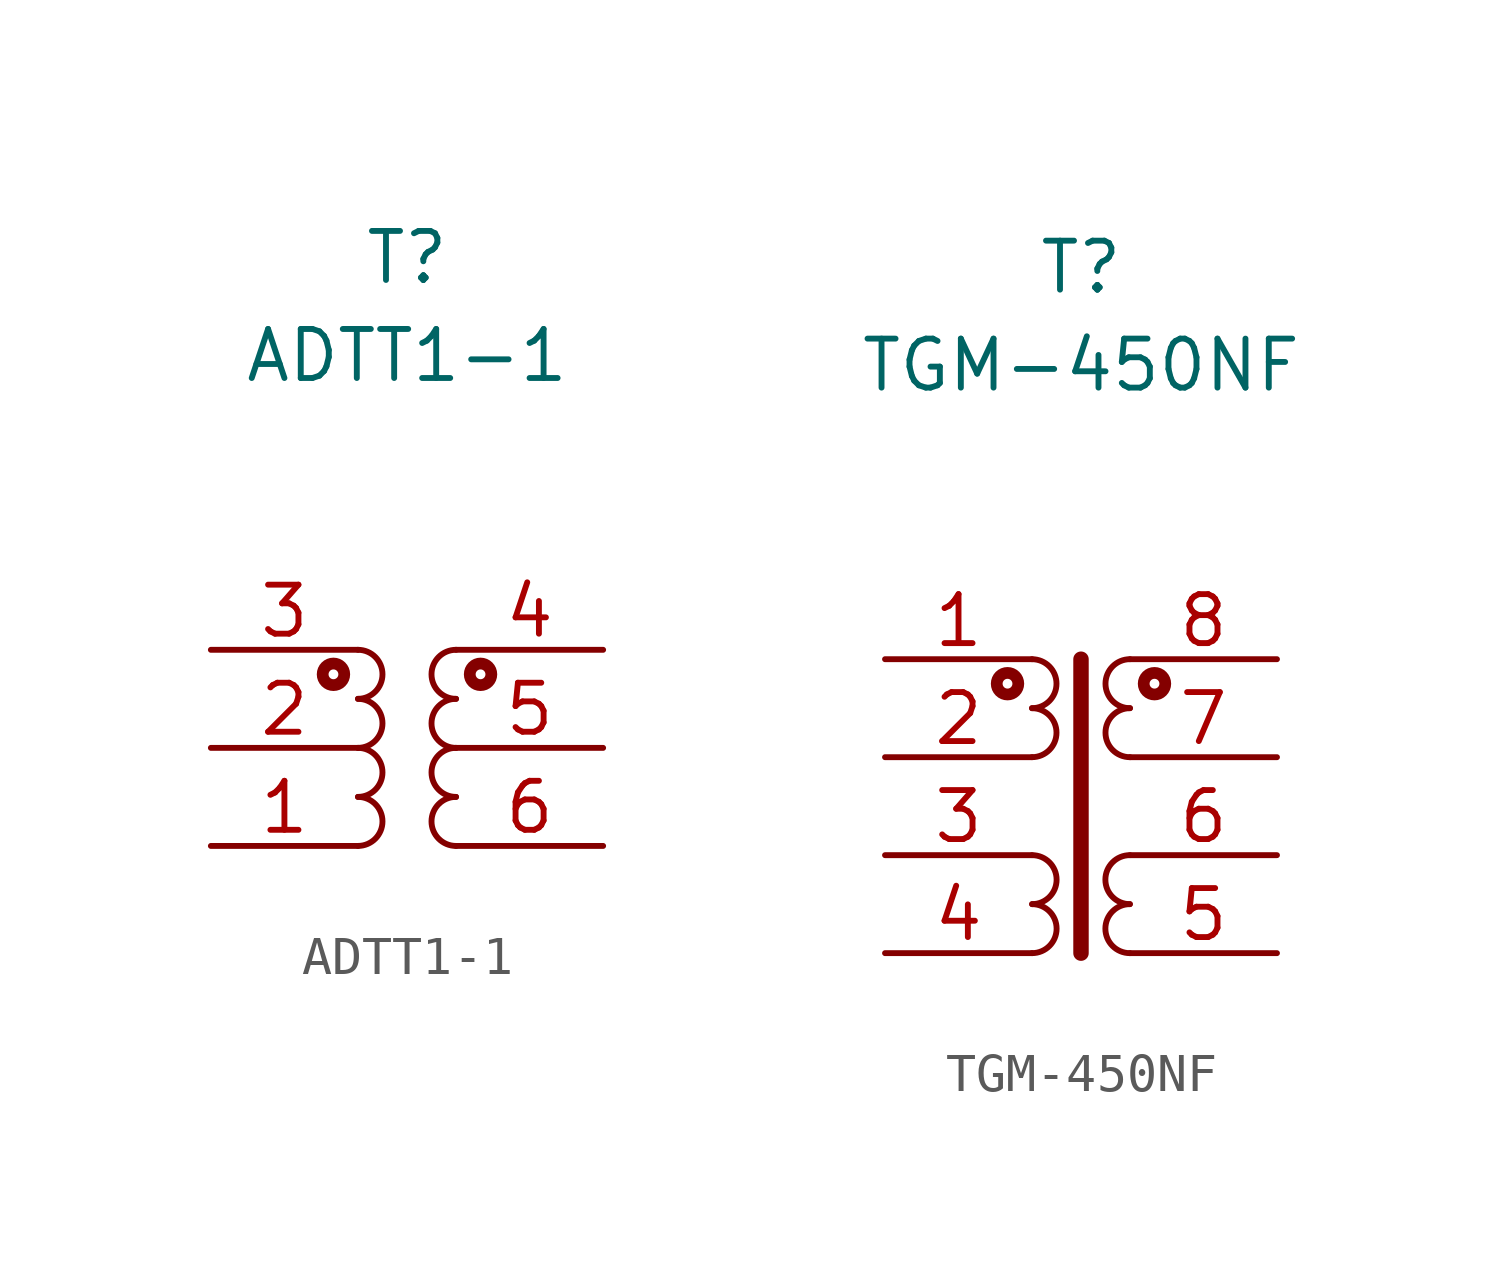
<source format=kicad_sym>
(kicad_symbol_lib
  (version 20220914)
  (generator kicad_symbol_editor)
  (symbol "ADTT1-1"
    (pin_names hide)
    (property "Reference" "T"
      (at 0 12.7 0)
      (effects (font (size 1.27 1.27))))
    (property "Value" "ADTT1-1"
      (at 0 10.16 0)
      (effects (font (size 1.27 1.27))))
    (symbol "ADTT1-1_0_1"
      (circle (center -1.905 1.905) (radius 0.127) (stroke (width 0.305) (type default)) (fill (type none)))
      (circle (center 1.905 1.905) (radius 0.127) (stroke (width 0.305) (type default)) (fill (type none))))
    (symbol "ADTT1-1_1_1"
      (arc (start -1.27 -2.54) (mid -0.6377 -1.905) (end -1.27 -1.27) (stroke (width 0) (type default)) (fill (type none)))
      (arc (start -1.27 -1.27) (mid -0.6377 -0.635) (end -1.27 0) (stroke (width 0) (type default)) (fill (type none)))
      (arc (start -1.27 0) (mid -0.6377 0.635) (end -1.27 1.27) (stroke (width 0) (type default)) (fill (type none)))
      (arc (start -1.27 1.27) (mid -0.6377 1.905) (end -1.27 2.54) (stroke (width 0) (type default)) (fill (type none)))
      (arc (start 1.27 -1.27) (mid 0.6377 -1.905) (end 1.27 -2.54) (stroke (width 0) (type default)) (fill (type none)))
      (arc (start 1.27 0) (mid 0.6377 -0.635) (end 1.27 -1.27) (stroke (width 0) (type default)) (fill (type none)))
      (arc (start 1.27 1.27) (mid 0.6377 0.635) (end 1.27 0) (stroke (width 0) (type default)) (fill (type none)))
      (arc (start 1.27 2.54) (mid 0.6377 1.905) (end 1.27 1.27) (stroke (width 0) (type default)) (fill (type none)))
      (pin passive line (at -5.08 -2.54 0) (length 3.81) (name "1" (effects (font (size 1.27 1.27)))) (number "1" (effects (font (size 1.27 1.27)))))
      (pin passive line (at -5.08 0 0) (length 3.81) (name "2" (effects (font (size 1.27 1.27)))) (number "2" (effects (font (size 1.27 1.27)))))
      (pin passive line (at -5.08 2.54 0) (length 3.81) (name "3" (effects (font (size 1.27 1.27)))) (number "3" (effects (font (size 1.27 1.27)))))
      (pin passive line (at 5.08 2.54 180) (length 3.81) (name "4" (effects (font (size 1.27 1.27)))) (number "4" (effects (font (size 1.27 1.27)))))
      (pin passive line (at 5.08 0 180) (length 3.81) (name "5" (effects (font (size 1.27 1.27)))) (number "5" (effects (font (size 1.27 1.27)))))
      (pin passive line (at 5.08 -2.54 180) (length 3.81) (name "6" (effects (font (size 1.27 1.27)))) (number "6" (effects (font (size 1.27 1.27)))))))
  (symbol "TGM-450NF"
    (pin_names hide)
    (property "Reference" "T"
      (at 0 12.7 0)
      (effects (font (size 1.27 1.27))))
    (property "Value" "TGM-450NF"
      (at 0 10.16 0)
      (effects (font (size 1.27 1.27))))
    (symbol "TGM-450NF_0_1"
      (circle (center -1.905 1.905) (radius 0.127) (stroke (width 0.305) (type default)) (fill (type none)))
      (circle (center 1.905 1.905) (radius 0.127) (stroke (width 0.305) (type default)) (fill (type none))))
    (symbol "TGM-450NF_1_1"
      (arc (start -1.27 0) (mid -0.6377 0.635) (end -1.27 1.27) (stroke (width 0) (type default)) (fill (type none)))
      (arc (start -1.27 1.27) (mid -0.6377 1.905) (end -1.27 2.54) (stroke (width 0) (type default)) (fill (type none)))
      (arc (start -1.2673 -5.08) (mid -0.635 -4.445) (end -1.2673 -3.81) (stroke (width 0) (type default)) (fill (type none)))
      (arc (start -1.2673 -3.81) (mid -0.635 -3.175) (end -1.2673 -2.54) (stroke (width 0) (type default)) (fill (type none)))
      (polyline (pts (xy 0 2.54) (xy 0 -5.08)) (stroke (width 0.4) (type default)) (fill (type none)))
      (arc (start 1.2673 -3.81) (mid 0.635 -4.445) (end 1.2673 -5.08) (stroke (width 0) (type default)) (fill (type none)))
      (arc (start 1.2673 -2.54) (mid 0.635 -3.175) (end 1.2673 -3.81) (stroke (width 0) (type default)) (fill (type none)))
      (arc (start 1.27 1.27) (mid 0.6377 0.635) (end 1.27 0) (stroke (width 0) (type default)) (fill (type none)))
      (arc (start 1.27 2.54) (mid 0.6377 1.905) (end 1.27 1.27) (stroke (width 0) (type default)) (fill (type none)))
      (pin passive line (at -5.08 2.54 0) (length 3.81) (name "1" (effects (font (size 1.27 1.27)))) (number "1" (effects (font (size 1.27 1.27)))))
      (pin passive line (at -5.08 0 0) (length 3.81) (name "2" (effects (font (size 1.27 1.27)))) (number "2" (effects (font (size 1.27 1.27)))))
      (pin passive line (at -5.08 -2.54 0) (length 3.81) (name "3" (effects (font (size 1.27 1.27)))) (number "3" (effects (font (size 1.27 1.27)))))
      (pin passive line (at -5.08 -5.08 0) (length 3.81) (name "4" (effects (font (size 1.27 1.27)))) (number "4" (effects (font (size 1.27 1.27)))))
      (pin passive line (at 5.08 -5.08 180) (length 3.81) (name "5" (effects (font (size 1.27 1.27)))) (number "5" (effects (font (size 1.27 1.27)))))
      (pin passive line (at 5.08 -2.54 180) (length 3.81) (name "6" (effects (font (size 1.27 1.27)))) (number "6" (effects (font (size 1.27 1.27)))))
      (pin passive line (at 5.08 0 180) (length 3.81) (name "7" (effects (font (size 1.27 1.27)))) (number "7" (effects (font (size 1.27 1.27)))))
      (pin passive line (at 5.08 2.54 180) (length 3.81) (name "8" (effects (font (size 1.27 1.27)))) (number "8" (effects (font (size 1.27 1.27))))))))
</source>
